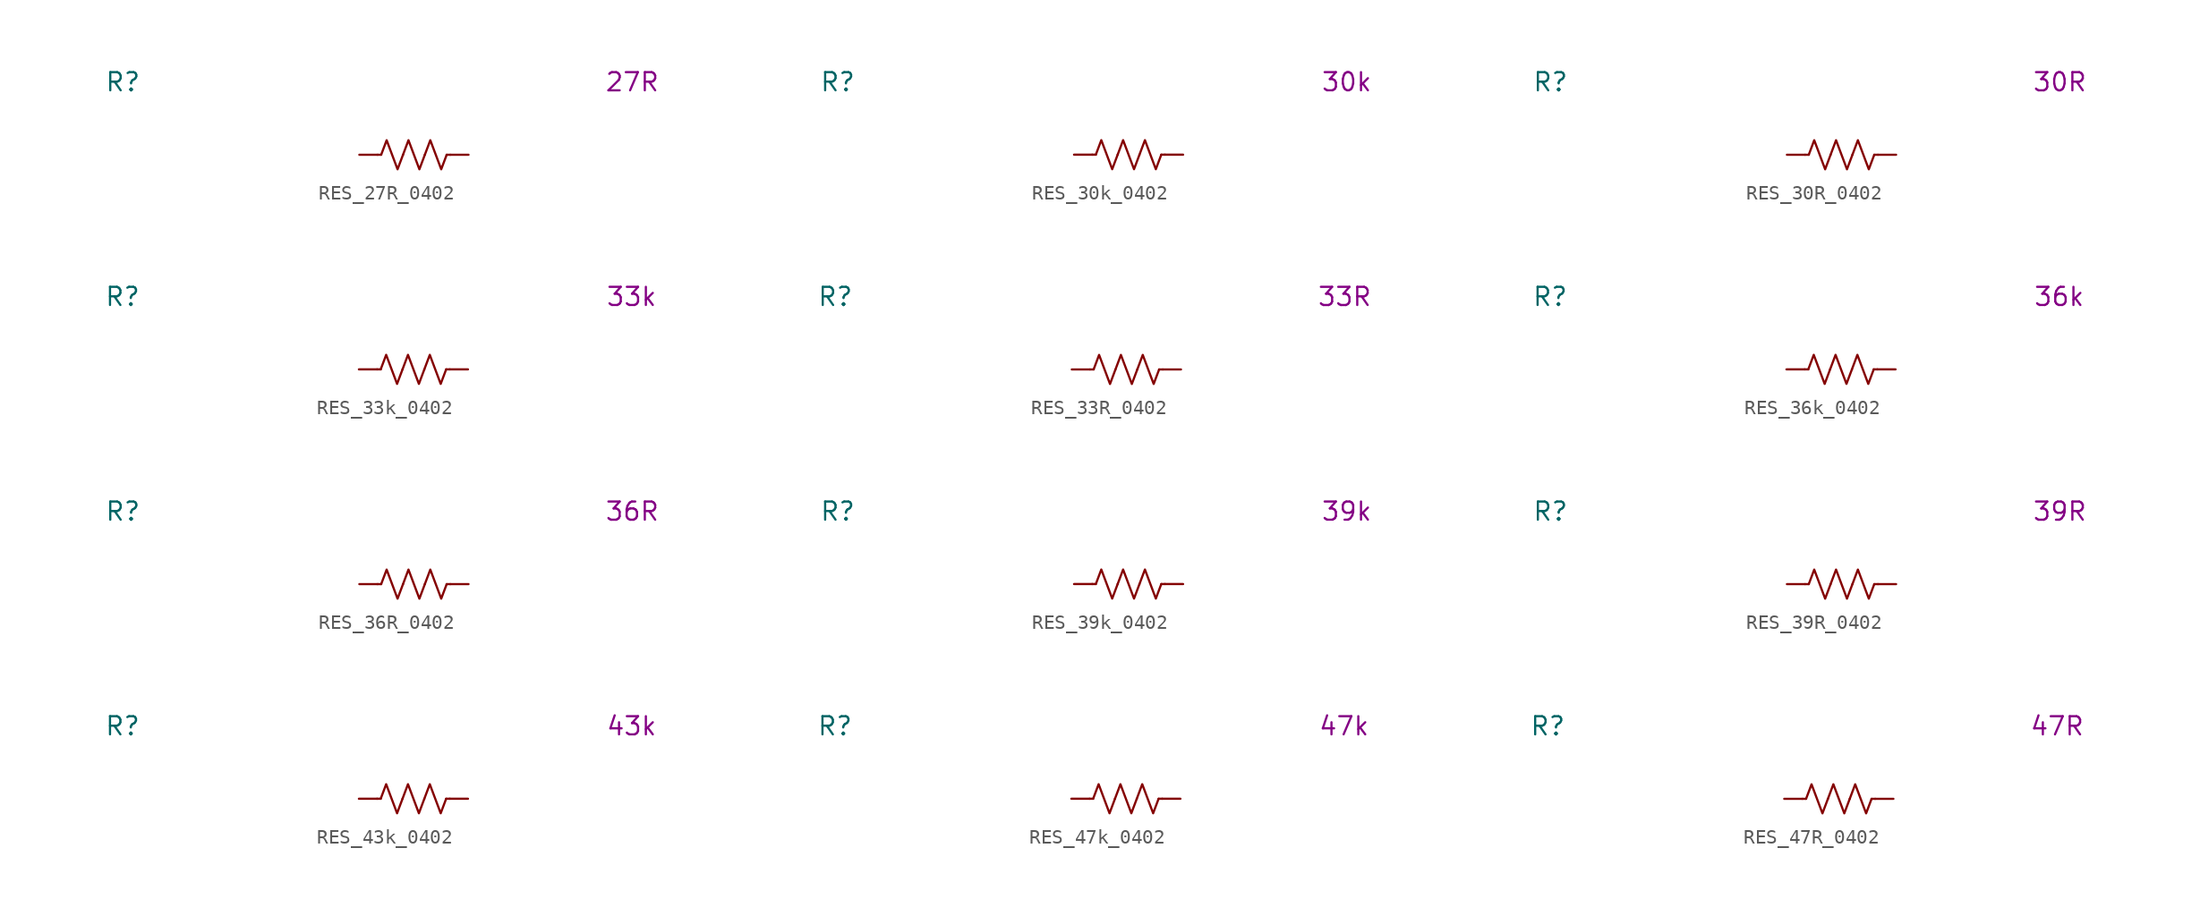
<source format=kicad_sym>
(kicad_symbol_lib
  (version 20231120)
  (generator "kicad_symbol_editor")
  (generator_version "8.0")
  (symbol "RES_27R_0402"
    (pin_numbers hide)
    (property "Reference" "R"
      (at -20.32 5.08 0)
      (effects (font (size 1.27 1.27))))
    (property "Display Value" "27R"
      (at 15.24 5.08 0)
      (effects (font (size 1.27 1.27))))
    (symbol "RES_27R_0402_0_1"
      (polyline (pts (xy -2.286 0) (xy -2.54 0)) (stroke (width 0) (type default)) (fill (type none)))
      (polyline (pts (xy 2.286 0) (xy 2.54 0)) (stroke (width 0) (type default)) (fill (type none)))
      (polyline (pts (xy -2.286 0) (xy -1.905 1.016) (xy -1.524 0) (xy -1.143 -1.016) (xy -0.762 0)) (stroke (width 0) (type default)) (fill (type none)))
      (polyline (pts (xy -0.762 0) (xy -0.381 1.016) (xy 0 0) (xy 0.381 -1.016) (xy 0.762 0)) (stroke (width 0) (type default)) (fill (type none)))
      (polyline (pts (xy 0.762 0) (xy 1.143 1.016) (xy 1.524 0) (xy 1.905 -1.016) (xy 2.286 0)) (stroke (width 0) (type default)) (fill (type none))))
    (symbol "RES_27R_0402_1_1"
      (pin passive line (at -3.81 0 0) (length 1.27) (name "~" (effects (font (size 1.27 1.27)))) (number "1" (effects (font (size 1.27 1.27)))))
      (pin passive line (at 3.81 0 180) (length 1.27) (name "~" (effects (font (size 1.27 1.27)))) (number "2" (effects (font (size 1.27 1.27)))))))
  (symbol "RES_30k_0402"
    (pin_numbers hide)
    (property "Reference" "R"
      (at -20.32 5.08 0)
      (effects (font (size 1.27 1.27))))
    (property "Display Value" "30k"
      (at 15.24 5.08 0)
      (effects (font (size 1.27 1.27))))
    (symbol "RES_30k_0402_0_1"
      (polyline (pts (xy -2.286 0) (xy -2.54 0)) (stroke (width 0) (type default)) (fill (type none)))
      (polyline (pts (xy 2.286 0) (xy 2.54 0)) (stroke (width 0) (type default)) (fill (type none)))
      (polyline (pts (xy -2.286 0) (xy -1.905 1.016) (xy -1.524 0) (xy -1.143 -1.016) (xy -0.762 0)) (stroke (width 0) (type default)) (fill (type none)))
      (polyline (pts (xy -0.762 0) (xy -0.381 1.016) (xy 0 0) (xy 0.381 -1.016) (xy 0.762 0)) (stroke (width 0) (type default)) (fill (type none)))
      (polyline (pts (xy 0.762 0) (xy 1.143 1.016) (xy 1.524 0) (xy 1.905 -1.016) (xy 2.286 0)) (stroke (width 0) (type default)) (fill (type none))))
    (symbol "RES_30k_0402_1_1"
      (pin passive line (at -3.81 0 0) (length 1.27) (name "~" (effects (font (size 1.27 1.27)))) (number "1" (effects (font (size 1.27 1.27)))))
      (pin passive line (at 3.81 0 180) (length 1.27) (name "~" (effects (font (size 1.27 1.27)))) (number "2" (effects (font (size 1.27 1.27)))))))
  (symbol "RES_30R_0402"
    (pin_numbers hide)
    (property "Reference" "R"
      (at -20.32 5.08 0)
      (effects (font (size 1.27 1.27))))
    (property "Display Value" "30R"
      (at 15.24 5.08 0)
      (effects (font (size 1.27 1.27))))
    (symbol "RES_30R_0402_0_1"
      (polyline (pts (xy -2.286 0) (xy -2.54 0)) (stroke (width 0) (type default)) (fill (type none)))
      (polyline (pts (xy 2.286 0) (xy 2.54 0)) (stroke (width 0) (type default)) (fill (type none)))
      (polyline (pts (xy -2.286 0) (xy -1.905 1.016) (xy -1.524 0) (xy -1.143 -1.016) (xy -0.762 0)) (stroke (width 0) (type default)) (fill (type none)))
      (polyline (pts (xy -0.762 0) (xy -0.381 1.016) (xy 0 0) (xy 0.381 -1.016) (xy 0.762 0)) (stroke (width 0) (type default)) (fill (type none)))
      (polyline (pts (xy 0.762 0) (xy 1.143 1.016) (xy 1.524 0) (xy 1.905 -1.016) (xy 2.286 0)) (stroke (width 0) (type default)) (fill (type none))))
    (symbol "RES_30R_0402_1_1"
      (pin passive line (at -3.81 0 0) (length 1.27) (name "~" (effects (font (size 1.27 1.27)))) (number "1" (effects (font (size 1.27 1.27)))))
      (pin passive line (at 3.81 0 180) (length 1.27) (name "~" (effects (font (size 1.27 1.27)))) (number "2" (effects (font (size 1.27 1.27)))))))
  (symbol "RES_33k_0402"
    (pin_numbers hide)
    (property "Reference" "R"
      (at -20.32 5.08 0)
      (effects (font (size 1.27 1.27))))
    (property "Display Value" "33k"
      (at 15.24 5.08 0)
      (effects (font (size 1.27 1.27))))
    (symbol "RES_33k_0402_0_1"
      (polyline (pts (xy -2.286 0) (xy -2.54 0)) (stroke (width 0) (type default)) (fill (type none)))
      (polyline (pts (xy 2.286 0) (xy 2.54 0)) (stroke (width 0) (type default)) (fill (type none)))
      (polyline (pts (xy -2.286 0) (xy -1.905 1.016) (xy -1.524 0) (xy -1.143 -1.016) (xy -0.762 0)) (stroke (width 0) (type default)) (fill (type none)))
      (polyline (pts (xy -0.762 0) (xy -0.381 1.016) (xy 0 0) (xy 0.381 -1.016) (xy 0.762 0)) (stroke (width 0) (type default)) (fill (type none)))
      (polyline (pts (xy 0.762 0) (xy 1.143 1.016) (xy 1.524 0) (xy 1.905 -1.016) (xy 2.286 0)) (stroke (width 0) (type default)) (fill (type none))))
    (symbol "RES_33k_0402_1_1"
      (pin passive line (at -3.81 0 0) (length 1.27) (name "~" (effects (font (size 1.27 1.27)))) (number "1" (effects (font (size 1.27 1.27)))))
      (pin passive line (at 3.81 0 180) (length 1.27) (name "~" (effects (font (size 1.27 1.27)))) (number "2" (effects (font (size 1.27 1.27)))))))
  (symbol "RES_33R_0402"
    (pin_numbers hide)
    (property "Reference" "R"
      (at -20.32 5.08 0)
      (effects (font (size 1.27 1.27))))
    (property "Display Value" "33R"
      (at 15.24 5.08 0)
      (effects (font (size 1.27 1.27))))
    (symbol "RES_33R_0402_0_1"
      (polyline (pts (xy -2.286 0) (xy -2.54 0)) (stroke (width 0) (type default)) (fill (type none)))
      (polyline (pts (xy 2.286 0) (xy 2.54 0)) (stroke (width 0) (type default)) (fill (type none)))
      (polyline (pts (xy -2.286 0) (xy -1.905 1.016) (xy -1.524 0) (xy -1.143 -1.016) (xy -0.762 0)) (stroke (width 0) (type default)) (fill (type none)))
      (polyline (pts (xy -0.762 0) (xy -0.381 1.016) (xy 0 0) (xy 0.381 -1.016) (xy 0.762 0)) (stroke (width 0) (type default)) (fill (type none)))
      (polyline (pts (xy 0.762 0) (xy 1.143 1.016) (xy 1.524 0) (xy 1.905 -1.016) (xy 2.286 0)) (stroke (width 0) (type default)) (fill (type none))))
    (symbol "RES_33R_0402_1_1"
      (pin passive line (at -3.81 0 0) (length 1.27) (name "~" (effects (font (size 1.27 1.27)))) (number "1" (effects (font (size 1.27 1.27)))))
      (pin passive line (at 3.81 0 180) (length 1.27) (name "~" (effects (font (size 1.27 1.27)))) (number "2" (effects (font (size 1.27 1.27)))))))
  (symbol "RES_36k_0402"
    (pin_numbers hide)
    (property "Reference" "R"
      (at -20.32 5.08 0)
      (effects (font (size 1.27 1.27))))
    (property "Display Value" "36k"
      (at 15.24 5.08 0)
      (effects (font (size 1.27 1.27))))
    (symbol "RES_36k_0402_0_1"
      (polyline (pts (xy -2.286 0) (xy -2.54 0)) (stroke (width 0) (type default)) (fill (type none)))
      (polyline (pts (xy 2.286 0) (xy 2.54 0)) (stroke (width 0) (type default)) (fill (type none)))
      (polyline (pts (xy -2.286 0) (xy -1.905 1.016) (xy -1.524 0) (xy -1.143 -1.016) (xy -0.762 0)) (stroke (width 0) (type default)) (fill (type none)))
      (polyline (pts (xy -0.762 0) (xy -0.381 1.016) (xy 0 0) (xy 0.381 -1.016) (xy 0.762 0)) (stroke (width 0) (type default)) (fill (type none)))
      (polyline (pts (xy 0.762 0) (xy 1.143 1.016) (xy 1.524 0) (xy 1.905 -1.016) (xy 2.286 0)) (stroke (width 0) (type default)) (fill (type none))))
    (symbol "RES_36k_0402_1_1"
      (pin passive line (at -3.81 0 0) (length 1.27) (name "~" (effects (font (size 1.27 1.27)))) (number "1" (effects (font (size 1.27 1.27)))))
      (pin passive line (at 3.81 0 180) (length 1.27) (name "~" (effects (font (size 1.27 1.27)))) (number "2" (effects (font (size 1.27 1.27)))))))
  (symbol "RES_36R_0402"
    (pin_numbers hide)
    (property "Reference" "R"
      (at -20.32 5.08 0)
      (effects (font (size 1.27 1.27))))
    (property "Display Value" "36R"
      (at 15.24 5.08 0)
      (effects (font (size 1.27 1.27))))
    (symbol "RES_36R_0402_0_1"
      (polyline (pts (xy -2.286 0) (xy -2.54 0)) (stroke (width 0) (type default)) (fill (type none)))
      (polyline (pts (xy 2.286 0) (xy 2.54 0)) (stroke (width 0) (type default)) (fill (type none)))
      (polyline (pts (xy -2.286 0) (xy -1.905 1.016) (xy -1.524 0) (xy -1.143 -1.016) (xy -0.762 0)) (stroke (width 0) (type default)) (fill (type none)))
      (polyline (pts (xy -0.762 0) (xy -0.381 1.016) (xy 0 0) (xy 0.381 -1.016) (xy 0.762 0)) (stroke (width 0) (type default)) (fill (type none)))
      (polyline (pts (xy 0.762 0) (xy 1.143 1.016) (xy 1.524 0) (xy 1.905 -1.016) (xy 2.286 0)) (stroke (width 0) (type default)) (fill (type none))))
    (symbol "RES_36R_0402_1_1"
      (pin passive line (at -3.81 0 0) (length 1.27) (name "~" (effects (font (size 1.27 1.27)))) (number "1" (effects (font (size 1.27 1.27)))))
      (pin passive line (at 3.81 0 180) (length 1.27) (name "~" (effects (font (size 1.27 1.27)))) (number "2" (effects (font (size 1.27 1.27)))))))
  (symbol "RES_39k_0402"
    (pin_numbers hide)
    (property "Reference" "R"
      (at -20.32 5.08 0)
      (effects (font (size 1.27 1.27))))
    (property "Display Value" "39k"
      (at 15.24 5.08 0)
      (effects (font (size 1.27 1.27))))
    (symbol "RES_39k_0402_0_1"
      (polyline (pts (xy -2.286 0) (xy -2.54 0)) (stroke (width 0) (type default)) (fill (type none)))
      (polyline (pts (xy 2.286 0) (xy 2.54 0)) (stroke (width 0) (type default)) (fill (type none)))
      (polyline (pts (xy -2.286 0) (xy -1.905 1.016) (xy -1.524 0) (xy -1.143 -1.016) (xy -0.762 0)) (stroke (width 0) (type default)) (fill (type none)))
      (polyline (pts (xy -0.762 0) (xy -0.381 1.016) (xy 0 0) (xy 0.381 -1.016) (xy 0.762 0)) (stroke (width 0) (type default)) (fill (type none)))
      (polyline (pts (xy 0.762 0) (xy 1.143 1.016) (xy 1.524 0) (xy 1.905 -1.016) (xy 2.286 0)) (stroke (width 0) (type default)) (fill (type none))))
    (symbol "RES_39k_0402_1_1"
      (pin passive line (at -3.81 0 0) (length 1.27) (name "~" (effects (font (size 1.27 1.27)))) (number "1" (effects (font (size 1.27 1.27)))))
      (pin passive line (at 3.81 0 180) (length 1.27) (name "~" (effects (font (size 1.27 1.27)))) (number "2" (effects (font (size 1.27 1.27)))))))
  (symbol "RES_39R_0402"
    (pin_numbers hide)
    (property "Reference" "R"
      (at -20.32 5.08 0)
      (effects (font (size 1.27 1.27))))
    (property "Display Value" "39R"
      (at 15.24 5.08 0)
      (effects (font (size 1.27 1.27))))
    (symbol "RES_39R_0402_0_1"
      (polyline (pts (xy -2.286 0) (xy -2.54 0)) (stroke (width 0) (type default)) (fill (type none)))
      (polyline (pts (xy 2.286 0) (xy 2.54 0)) (stroke (width 0) (type default)) (fill (type none)))
      (polyline (pts (xy -2.286 0) (xy -1.905 1.016) (xy -1.524 0) (xy -1.143 -1.016) (xy -0.762 0)) (stroke (width 0) (type default)) (fill (type none)))
      (polyline (pts (xy -0.762 0) (xy -0.381 1.016) (xy 0 0) (xy 0.381 -1.016) (xy 0.762 0)) (stroke (width 0) (type default)) (fill (type none)))
      (polyline (pts (xy 0.762 0) (xy 1.143 1.016) (xy 1.524 0) (xy 1.905 -1.016) (xy 2.286 0)) (stroke (width 0) (type default)) (fill (type none))))
    (symbol "RES_39R_0402_1_1"
      (pin passive line (at -3.81 0 0) (length 1.27) (name "~" (effects (font (size 1.27 1.27)))) (number "1" (effects (font (size 1.27 1.27)))))
      (pin passive line (at 3.81 0 180) (length 1.27) (name "~" (effects (font (size 1.27 1.27)))) (number "2" (effects (font (size 1.27 1.27)))))))
  (symbol "RES_43k_0402"
    (pin_numbers hide)
    (property "Reference" "R"
      (at -20.32 5.08 0)
      (effects (font (size 1.27 1.27))))
    (property "Display Value" "43k"
      (at 15.24 5.08 0)
      (effects (font (size 1.27 1.27))))
    (symbol "RES_43k_0402_0_1"
      (polyline (pts (xy -2.286 0) (xy -2.54 0)) (stroke (width 0) (type default)) (fill (type none)))
      (polyline (pts (xy 2.286 0) (xy 2.54 0)) (stroke (width 0) (type default)) (fill (type none)))
      (polyline (pts (xy -2.286 0) (xy -1.905 1.016) (xy -1.524 0) (xy -1.143 -1.016) (xy -0.762 0)) (stroke (width 0) (type default)) (fill (type none)))
      (polyline (pts (xy -0.762 0) (xy -0.381 1.016) (xy 0 0) (xy 0.381 -1.016) (xy 0.762 0)) (stroke (width 0) (type default)) (fill (type none)))
      (polyline (pts (xy 0.762 0) (xy 1.143 1.016) (xy 1.524 0) (xy 1.905 -1.016) (xy 2.286 0)) (stroke (width 0) (type default)) (fill (type none))))
    (symbol "RES_43k_0402_1_1"
      (pin passive line (at -3.81 0 0) (length 1.27) (name "~" (effects (font (size 1.27 1.27)))) (number "1" (effects (font (size 1.27 1.27)))))
      (pin passive line (at 3.81 0 180) (length 1.27) (name "~" (effects (font (size 1.27 1.27)))) (number "2" (effects (font (size 1.27 1.27)))))))
  (symbol "RES_47k_0402"
    (pin_numbers hide)
    (property "Reference" "R"
      (at -20.32 5.08 0)
      (effects (font (size 1.27 1.27))))
    (property "Display Value" "47k"
      (at 15.24 5.08 0)
      (effects (font (size 1.27 1.27))))
    (symbol "RES_47k_0402_0_1"
      (polyline (pts (xy -2.286 0) (xy -2.54 0)) (stroke (width 0) (type default)) (fill (type none)))
      (polyline (pts (xy 2.286 0) (xy 2.54 0)) (stroke (width 0) (type default)) (fill (type none)))
      (polyline (pts (xy -2.286 0) (xy -1.905 1.016) (xy -1.524 0) (xy -1.143 -1.016) (xy -0.762 0)) (stroke (width 0) (type default)) (fill (type none)))
      (polyline (pts (xy -0.762 0) (xy -0.381 1.016) (xy 0 0) (xy 0.381 -1.016) (xy 0.762 0)) (stroke (width 0) (type default)) (fill (type none)))
      (polyline (pts (xy 0.762 0) (xy 1.143 1.016) (xy 1.524 0) (xy 1.905 -1.016) (xy 2.286 0)) (stroke (width 0) (type default)) (fill (type none))))
    (symbol "RES_47k_0402_1_1"
      (pin passive line (at -3.81 0 0) (length 1.27) (name "~" (effects (font (size 1.27 1.27)))) (number "1" (effects (font (size 1.27 1.27)))))
      (pin passive line (at 3.81 0 180) (length 1.27) (name "~" (effects (font (size 1.27 1.27)))) (number "2" (effects (font (size 1.27 1.27)))))))
  (symbol "RES_47R_0402"
    (pin_numbers hide)
    (property "Reference" "R"
      (at -20.32 5.08 0)
      (effects (font (size 1.27 1.27))))
    (property "Display Value" "47R"
      (at 15.24 5.08 0)
      (effects (font (size 1.27 1.27))))
    (symbol "RES_47R_0402_0_1"
      (polyline (pts (xy -2.286 0) (xy -2.54 0)) (stroke (width 0) (type default)) (fill (type none)))
      (polyline (pts (xy 2.286 0) (xy 2.54 0)) (stroke (width 0) (type default)) (fill (type none)))
      (polyline (pts (xy -2.286 0) (xy -1.905 1.016) (xy -1.524 0) (xy -1.143 -1.016) (xy -0.762 0)) (stroke (width 0) (type default)) (fill (type none)))
      (polyline (pts (xy -0.762 0) (xy -0.381 1.016) (xy 0 0) (xy 0.381 -1.016) (xy 0.762 0)) (stroke (width 0) (type default)) (fill (type none)))
      (polyline (pts (xy 0.762 0) (xy 1.143 1.016) (xy 1.524 0) (xy 1.905 -1.016) (xy 2.286 0)) (stroke (width 0) (type default)) (fill (type none))))
    (symbol "RES_47R_0402_1_1"
      (pin passive line (at -3.81 0 0) (length 1.27) (name "~" (effects (font (size 1.27 1.27)))) (number "1" (effects (font (size 1.27 1.27)))))
      (pin passive line (at 3.81 0 180) (length 1.27) (name "~" (effects (font (size 1.27 1.27)))) (number "2" (effects (font (size 1.27 1.27))))))))
</source>
